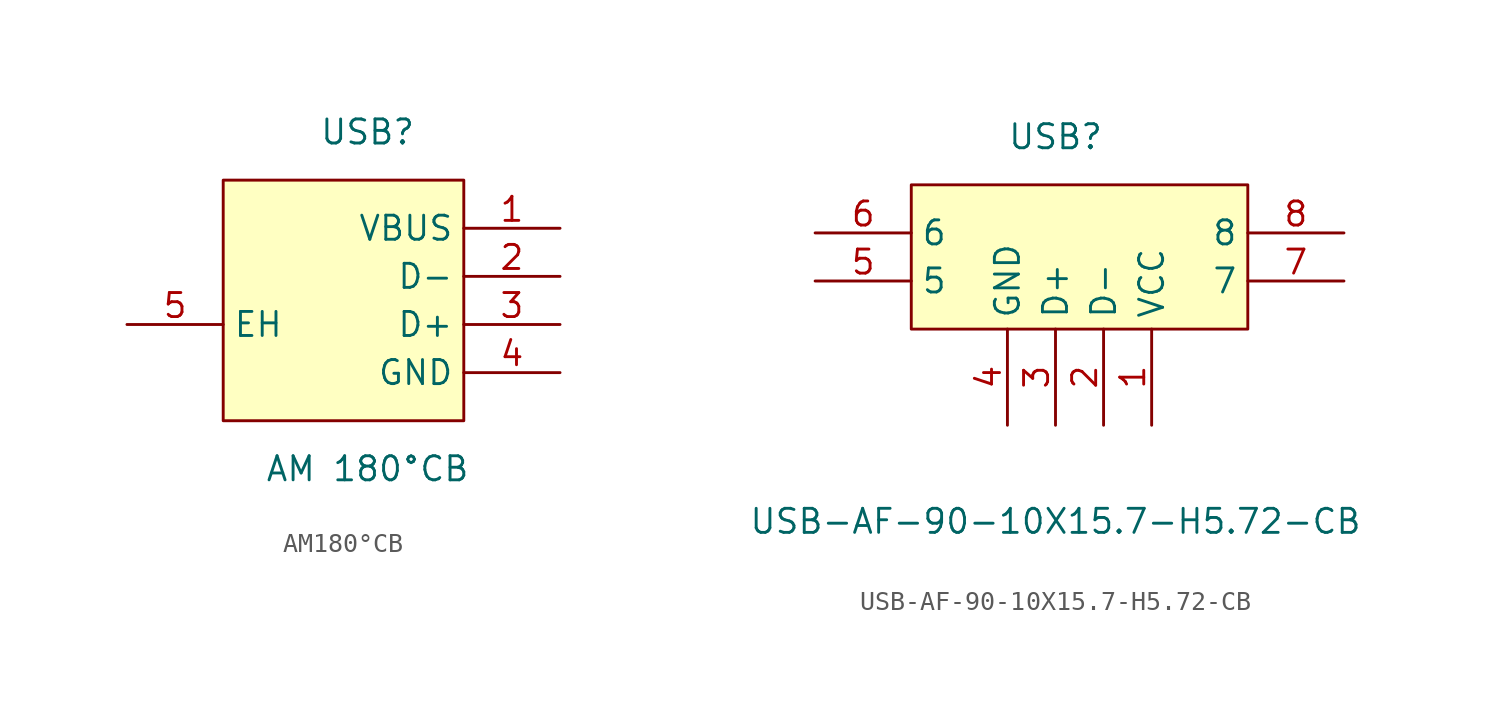
<source format=kicad_sym>
(kicad_symbol_lib
  (version 20211014)
  (generator https://github.com/uPesy/easyeda2kicad.py)
  (symbol "AM180°CB"
    (property "Reference" "USB"
      (at 0 7.62 0)
      (effects (font (size 1.27 1.27))))
    (property "Value" "AM 180°CB"
      (at 0 -10.16 0)
      (effects (font (size 1.27 1.27))))
    (symbol "AM180°CB_0_1"
      (rectangle (start -7.62 5.08) (end 5.08 -7.62) (stroke (width 0) (type default) (color 0 0 0 0)) (fill (type background)))
      (pin input line (at -12.70 -2.54 0) (length 5.08) (name "EH" (effects (font (size 1.27 1.27)))) (number "5" (effects (font (size 1.27 1.27)))))
      (pin input line (at 10.16 -2.54 180) (length 5.08) (name "D+" (effects (font (size 1.27 1.27)))) (number "3" (effects (font (size 1.27 1.27)))))
      (pin input line (at 10.16 -0.00 180) (length 5.08) (name "D-" (effects (font (size 1.27 1.27)))) (number "2" (effects (font (size 1.27 1.27)))))
      (pin input line (at 10.16 2.54 180) (length 5.08) (name "VBUS" (effects (font (size 1.27 1.27)))) (number "1" (effects (font (size 1.27 1.27)))))
      (pin input line (at 10.16 -5.08 180) (length 5.08) (name "GND" (effects (font (size 1.27 1.27)))) (number "4" (effects (font (size 1.27 1.27)))))))
  (symbol "USB-AF-90-10X15.7-H5.72-CB"
    (property "Reference" "USB"
      (at 0 10.16 0)
      (effects (font (size 1.27 1.27))))
    (property "Value" "USB-AF-90-10X15.7-H5.72-CB"
      (at 0 -10.16 0)
      (effects (font (size 1.27 1.27))))
    (symbol "USB-AF-90-10X15.7-H5.72-CB_0_1"
      (rectangle (start -7.62 7.62) (end 10.16 0.00) (stroke (width 0) (type default) (color 0 0 0 0)) (fill (type background)))
      (pin unspecified line (at 5.08 -5.08 90) (length 5.08) (name "VCC" (effects (font (size 1.27 1.27)))) (number "1" (effects (font (size 1.27 1.27)))))
      (pin unspecified line (at 2.54 -5.08 90) (length 5.08) (name "D-" (effects (font (size 1.27 1.27)))) (number "2" (effects (font (size 1.27 1.27)))))
      (pin unspecified line (at 0.00 -5.08 90) (length 5.08) (name "D+" (effects (font (size 1.27 1.27)))) (number "3" (effects (font (size 1.27 1.27)))))
      (pin unspecified line (at -2.54 -5.08 90) (length 5.08) (name "GND" (effects (font (size 1.27 1.27)))) (number "4" (effects (font (size 1.27 1.27)))))
      (pin unspecified line (at -12.70 2.54 0) (length 5.08) (name "5" (effects (font (size 1.27 1.27)))) (number "5" (effects (font (size 1.27 1.27)))))
      (pin unspecified line (at -12.70 5.08 0) (length 5.08) (name "6" (effects (font (size 1.27 1.27)))) (number "6" (effects (font (size 1.27 1.27)))))
      (pin unspecified line (at 15.24 2.54 180) (length 5.08) (name "7" (effects (font (size 1.27 1.27)))) (number "7" (effects (font (size 1.27 1.27)))))
      (pin unspecified line (at 15.24 5.08 180) (length 5.08) (name "8" (effects (font (size 1.27 1.27)))) (number "8" (effects (font (size 1.27 1.27))))))))
</source>
